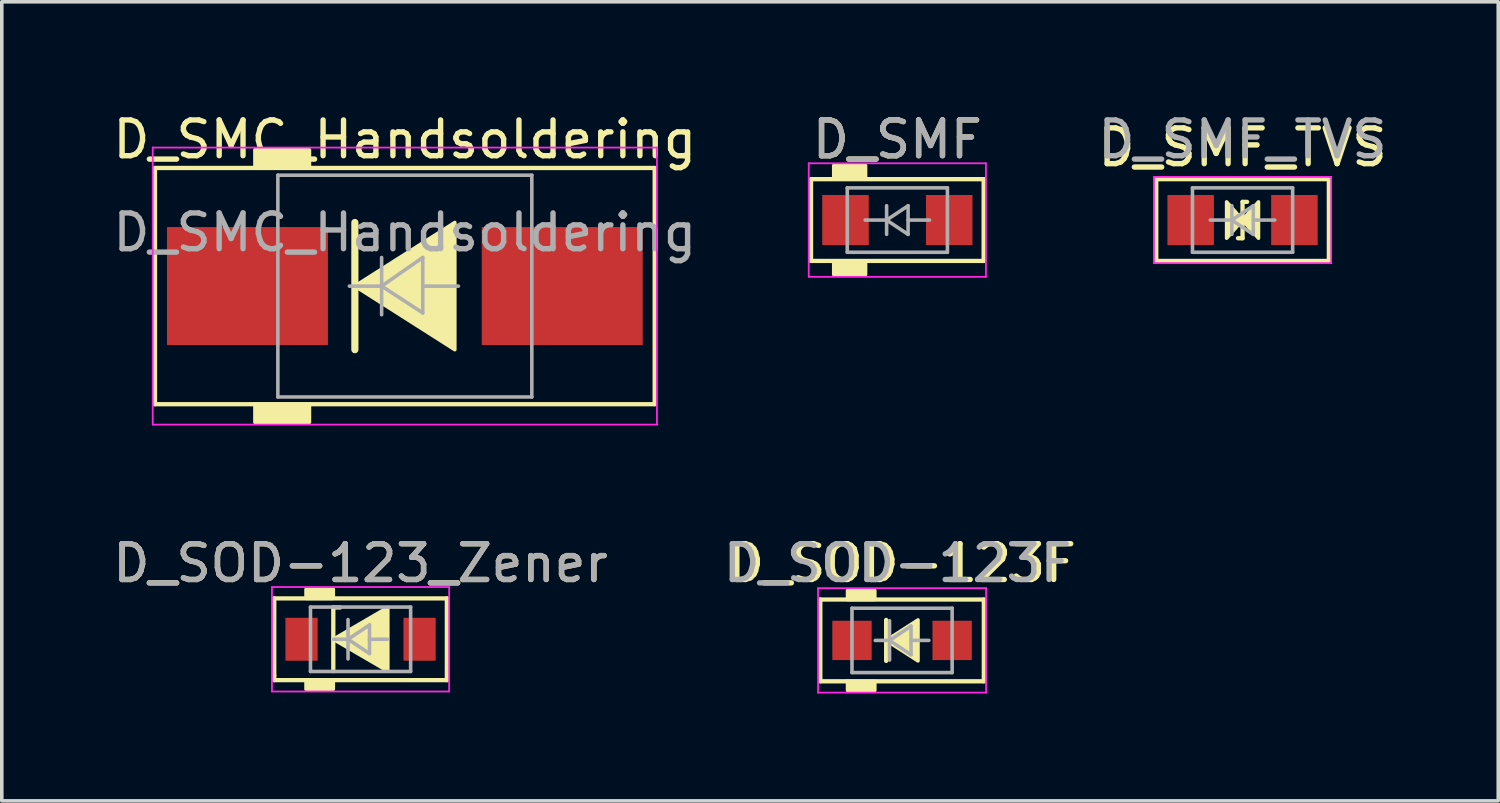
<source format=kicad_pcb>
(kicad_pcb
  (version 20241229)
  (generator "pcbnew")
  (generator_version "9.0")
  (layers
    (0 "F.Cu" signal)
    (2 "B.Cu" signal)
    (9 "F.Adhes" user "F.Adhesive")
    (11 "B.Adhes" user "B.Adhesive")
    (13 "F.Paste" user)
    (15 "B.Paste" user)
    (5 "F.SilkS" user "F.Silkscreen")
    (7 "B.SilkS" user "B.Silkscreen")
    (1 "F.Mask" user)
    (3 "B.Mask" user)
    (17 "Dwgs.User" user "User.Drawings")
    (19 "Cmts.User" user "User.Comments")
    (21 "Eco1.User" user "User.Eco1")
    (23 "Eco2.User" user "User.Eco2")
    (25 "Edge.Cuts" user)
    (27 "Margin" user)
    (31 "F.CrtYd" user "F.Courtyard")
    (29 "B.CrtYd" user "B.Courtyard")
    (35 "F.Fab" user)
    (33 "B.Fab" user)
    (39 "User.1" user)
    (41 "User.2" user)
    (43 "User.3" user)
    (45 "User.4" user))
  (footprint "D_SMF"
    (layer "F.Cu")
    (at 22.037 3.102)
    (property "Reference" "D_SMF" (at 0 -2.254 0) (layer "F.SilkS") (effects (font (size 1 1) (thickness 0.15))))
    (attr smd)
    (fp_line (start -2.413 -1.143) (end -2.413 1.143) (stroke (width 0.12) (type solid)) (layer "F.SilkS"))
    (fp_line (start -2.413 1.143) (end 2.413 1.143) (stroke (width 0.12) (type solid)) (layer "F.SilkS"))
    (fp_line (start 2.413 -1.143) (end -2.413 -1.143) (stroke (width 0.12) (type solid)) (layer "F.SilkS"))
    (fp_line (start 2.413 1.143) (end 2.413 -1.143) (stroke (width 0.12) (type solid)) (layer "F.SilkS"))
    (fp_poly (pts (xy -0.889 -1.143) (xy -1.778 -1.143) (xy -1.778 -1.524) (xy -0.889 -1.524)) (stroke (width 0.1) (type solid)) (fill yes) (layer "F.SilkS"))
    (fp_poly (pts (xy -0.889 1.524) (xy -1.778 1.524) (xy -1.778 1.143) (xy -0.889 1.143)) (stroke (width 0.1) (type solid)) (fill yes) (layer "F.SilkS"))
    (fp_line (start -2.477 -1.587) (end 2.477 -1.587) (stroke (width 0.05) (type solid)) (layer "F.CrtYd"))
    (fp_line (start -2.477 1.587) (end -2.477 -1.587) (stroke (width 0.05) (type solid)) (layer "F.CrtYd"))
    (fp_line (start 2.477 -1.587) (end 2.477 1.587) (stroke (width 0.05) (type solid)) (layer "F.CrtYd"))
    (fp_line (start 2.477 1.587) (end -2.477 1.587) (stroke (width 0.05) (type solid)) (layer "F.CrtYd"))
    (fp_line (start -1.4 0.9) (end -1.4 -0.9) (stroke (width 0.1) (type solid)) (layer "F.Fab"))
    (fp_line (start -0.3 -0.4) (end -0.3 0.4) (stroke (width 0.1) (type solid)) (layer "F.Fab"))
    (fp_line (start -0.3 0) (end -0.9 0) (stroke (width 0.1) (type solid)) (layer "F.Fab"))
    (fp_line (start -0.3 0) (end 0.3 -0.4) (stroke (width 0.1) (type solid)) (layer "F.Fab"))
    (fp_line (start -0.3 0.001) (end 0.3 0.4) (stroke (width 0.1) (type solid)) (layer "F.Fab"))
    (fp_line (start 0.3 0) (end 0.9 0) (stroke (width 0.1) (type solid)) (layer "F.Fab"))
    (fp_line (start 0.3 0.4) (end 0.3 -0.4) (stroke (width 0.1) (type solid)) (layer "F.Fab"))
    (fp_line (start 1.4 -0.9) (end -1.4 -0.9) (stroke (width 0.1) (type solid)) (layer "F.Fab"))
    (fp_line (start 1.4 -0.9) (end 1.4 0.9) (stroke (width 0.1) (type solid)) (layer "F.Fab"))
    (fp_line (start 1.4 0.9) (end -1.4 0.9) (stroke (width 0.1) (type solid)) (layer "F.Fab"))
    (fp_text user "${REFERENCE}" (at 0 -2.254 0) (layer "F.Fab") (effects (font (size 1 1) (thickness 0.15))))
    (pad "1" smd rect (at -1.45 0) (size 1.3 1.4) (layers "F.Cu" "F.Mask" "F.Paste"))
    (pad "2" smd rect (at 1.45 0) (size 1.3 1.4) (layers "F.Cu" "F.Mask" "F.Paste")))
  (footprint "D_SOD-123F"
    (layer "F.Cu")
    (at 22.169 14.854)
    (property "Reference" "D_SOD-123F" (at 0 -2.159 0) (layer "F.SilkS") (effects (font (size 1 1) (thickness 0.15))))
    (attr smd)
    (fp_line (start -2.286 -1.143) (end 2.286 -1.143) (stroke (width 0.12) (type solid)) (layer "F.SilkS"))
    (fp_line (start -2.286 1.143) (end -2.286 -1.143) (stroke (width 0.12) (type solid)) (layer "F.SilkS"))
    (fp_line (start -0.445 -0.572) (end -0.445 0.572) (stroke (width 0.12) (type solid)) (layer "F.SilkS"))
    (fp_line (start 2.286 -1.143) (end 2.286 1.143) (stroke (width 0.12) (type solid)) (layer "F.SilkS"))
    (fp_line (start 2.286 1.143) (end -2.286 1.143) (stroke (width 0.12) (type solid)) (layer "F.SilkS"))
    (fp_poly (pts (xy 0.445 0.572) (xy -0.445 0) (xy 0.445 -0.572)) (stroke (width 0.1) (type solid)) (fill yes) (layer "F.SilkS"))
    (fp_poly (pts (xy -0.762 -1.143) (xy -1.524 -1.143) (xy -1.524 -1.397) (xy -0.762 -1.397)) (stroke (width 0.1) (type solid)) (fill yes) (layer "F.SilkS"))
    (fp_poly (pts (xy -0.762 1.397) (xy -1.524 1.397) (xy -1.524 1.143) (xy -0.762 1.143)) (stroke (width 0.1) (type solid)) (fill yes) (layer "F.SilkS"))
    (fp_line (start -2.349 -1.46) (end -2.349 1.46) (stroke (width 0.05) (type solid)) (layer "F.CrtYd"))
    (fp_line (start -2.349 -1.46) (end 2.349 -1.46) (stroke (width 0.05) (type solid)) (layer "F.CrtYd"))
    (fp_line (start 2.349 -1.46) (end 2.349 1.46) (stroke (width 0.05) (type solid)) (layer "F.CrtYd"))
    (fp_line (start 2.349 1.46) (end -2.349 1.46) (stroke (width 0.05) (type solid)) (layer "F.CrtYd"))
    (fp_line (start -1.4 -0.9) (end 1.4 -0.9) (stroke (width 0.1) (type solid)) (layer "F.Fab"))
    (fp_line (start -1.4 0.9) (end -1.4 -0.9) (stroke (width 0.1) (type solid)) (layer "F.Fab"))
    (fp_line (start -0.75 0) (end -0.35 0) (stroke (width 0.1) (type solid)) (layer "F.Fab"))
    (fp_line (start -0.35 0) (end -0.35 -0.55) (stroke (width 0.1) (type solid)) (layer "F.Fab"))
    (fp_line (start -0.35 0) (end -0.35 0.55) (stroke (width 0.1) (type solid)) (layer "F.Fab"))
    (fp_line (start -0.35 0) (end 0.25 -0.4) (stroke (width 0.1) (type solid)) (layer "F.Fab"))
    (fp_line (start 0.25 -0.4) (end 0.25 0.4) (stroke (width 0.1) (type solid)) (layer "F.Fab"))
    (fp_line (start 0.25 0) (end 0.75 0) (stroke (width 0.1) (type solid)) (layer "F.Fab"))
    (fp_line (start 0.25 0.4) (end -0.35 0) (stroke (width 0.1) (type solid)) (layer "F.Fab"))
    (fp_line (start 1.4 -0.9) (end 1.4 0.9) (stroke (width 0.1) (type solid)) (layer "F.Fab"))
    (fp_line (start 1.4 0.9) (end -1.4 0.9) (stroke (width 0.1) (type solid)) (layer "F.Fab"))
    (fp_text user "${REFERENCE}" (at -0.127 -2.159 0) (layer "F.Fab") (effects (font (size 1 1) (thickness 0.15))))
    (pad "1" smd rect (at -1.4 0) (size 1.1 1.1) (layers "F.Cu" "F.Mask" "F.Paste"))
    (pad "2" smd rect (at 1.4 0) (size 1.1 1.1) (layers "F.Cu" "F.Mask" "F.Paste")))
  (footprint "D_SMC_Handsoldering"
    (layer "F.Cu")
    (at 8.268 4.948)
    (property "Reference" "D_SMC_Handsoldering" (at 0 -4.1 0) (layer "F.SilkS") (effects (font (size 1 1) (thickness 0.15))))
    (attr smd)
    (fp_line (start -6.985 -3.302) (end -6.985 3.302) (stroke (width 0.12) (type solid)) (layer "F.SilkS"))
    (fp_line (start -6.985 3.302) (end 6.985 3.302) (stroke (width 0.12) (type solid)) (layer "F.SilkS"))
    (fp_line (start -1.397 -1.778) (end -1.397 1.778) (stroke (width 0.2) (type solid)) (layer "F.SilkS"))
    (fp_line (start 6.985 -3.302) (end -6.985 -3.302) (stroke (width 0.12) (type solid)) (layer "F.SilkS"))
    (fp_line (start 6.985 3.302) (end 6.985 -3.302) (stroke (width 0.12) (type solid)) (layer "F.SilkS"))
    (fp_poly (pts (xy 1.397 1.778) (xy -1.397 0) (xy 1.397 -1.778)) (stroke (width 0.1) (type solid)) (fill yes) (layer "F.SilkS"))
    (fp_poly (pts (xy -2.667 -3.302) (xy -4.191 -3.302) (xy -4.191 -3.81) (xy -2.667 -3.81)) (stroke (width 0.1) (type solid)) (fill yes) (layer "F.SilkS"))
    (fp_poly (pts (xy -2.667 3.81) (xy -4.191 3.81) (xy -4.191 3.302) (xy -2.667 3.302)) (stroke (width 0.1) (type solid)) (fill yes) (layer "F.SilkS"))
    (fp_line (start -7.048 -3.873) (end 7.048 -3.873) (stroke (width 0.05) (type solid)) (layer "F.CrtYd"))
    (fp_line (start -7.048 3.873) (end -7.048 -3.873) (stroke (width 0.05) (type solid)) (layer "F.CrtYd"))
    (fp_line (start 7.048 -3.873) (end 7.048 3.873) (stroke (width 0.05) (type solid)) (layer "F.CrtYd"))
    (fp_line (start 7.048 3.873) (end -7.048 3.873) (stroke (width 0.05) (type solid)) (layer "F.CrtYd"))
    (fp_line (start -3.55 3.1) (end -3.55 -3.1) (stroke (width 0.1) (type solid)) (layer "F.Fab"))
    (fp_line (start -0.649 -0.799) (end -0.649 0.801) (stroke (width 0.1) (type solid)) (layer "F.Fab"))
    (fp_line (start -0.649 0.001) (end -1.551 0.001) (stroke (width 0.1) (type solid)) (layer "F.Fab"))
    (fp_line (start -0.649 0.001) (end 0.501 -0.799) (stroke (width 0.1) (type solid)) (layer "F.Fab"))
    (fp_line (start -0.649 0.001) (end 0.501 0.75) (stroke (width 0.1) (type solid)) (layer "F.Fab"))
    (fp_line (start 0.501 0.001) (end 1.499 0.001) (stroke (width 0.1) (type solid)) (layer "F.Fab"))
    (fp_line (start 0.501 0.75) (end 0.501 -0.799) (stroke (width 0.1) (type solid)) (layer "F.Fab"))
    (fp_line (start 3.55 -3.1) (end -3.55 -3.1) (stroke (width 0.1) (type solid)) (layer "F.Fab"))
    (fp_line (start 3.55 -3.1) (end 3.55 3.1) (stroke (width 0.1) (type solid)) (layer "F.Fab"))
    (fp_line (start 3.55 3.1) (end -3.55 3.1) (stroke (width 0.1) (type solid)) (layer "F.Fab"))
    (fp_text user "${REFERENCE}" (at 0 -1.5 0) (layer "F.Fab") (effects (font (size 1 1) (thickness 0.15))))
    (pad "1" smd rect (at -4.4 0 90) (size 3.3 4.5) (layers "F.Cu" "F.Mask" "F.Paste"))
    (pad "2" smd rect (at 4.4 0 90) (size 3.3 4.5) (layers "F.Cu" "F.Mask" "F.Paste")))
  (footprint "D_SOD-123_Zener"
    (layer "F.Cu")
    (at 7.03 14.822)
    (property "Reference" "D_SOD-123_Zener" (at 0 -2.127 0) (layer "F.SilkS") (effects (font (size 1 1) (thickness 0.15))))
    (attr smd)
    (fp_line (start -2.413 -1.143) (end -2.413 1.016) (stroke (width 0.12) (type solid)) (layer "F.SilkS"))
    (fp_line (start -2.413 1.016) (end -2.413 1.143) (stroke (width 0.12) (type solid)) (layer "F.SilkS"))
    (fp_line (start -2.413 1.143) (end 2.413 1.143) (stroke (width 0.12) (type solid)) (layer "F.SilkS"))
    (fp_line (start -0.762 -0.889) (end -0.762 0.889) (stroke (width 0.12) (type solid)) (layer "F.SilkS"))
    (fp_line (start -0.762 -0.889) (end -0.572 -0.889) (stroke (width 0.12) (type solid)) (layer "F.SilkS"))
    (fp_line (start 2.413 -1.143) (end -2.413 -1.143) (stroke (width 0.12) (type solid)) (layer "F.SilkS"))
    (fp_line (start 2.413 1.143) (end 2.413 -1.143) (stroke (width 0.12) (type solid)) (layer "F.SilkS"))
    (fp_poly (pts (xy 0.762 0.889) (xy -0.762 0) (xy 0.762 -0.889)) (stroke (width 0.1) (type solid)) (fill yes) (layer "F.SilkS"))
    (fp_poly (pts (xy -0.762 -1.143) (xy -1.524 -1.143) (xy -1.524 -1.397) (xy -0.762 -1.397)) (stroke (width 0.1) (type solid)) (fill yes) (layer "F.SilkS"))
    (fp_poly (pts (xy -0.762 1.397) (xy -1.524 1.397) (xy -1.524 1.143) (xy -0.762 1.143)) (stroke (width 0.1) (type solid)) (fill yes) (layer "F.SilkS"))
    (fp_line (start -2.477 -1.46) (end -2.477 1.46) (stroke (width 0.05) (type solid)) (layer "F.CrtYd"))
    (fp_line (start -2.477 -1.46) (end 2.477 -1.46) (stroke (width 0.05) (type solid)) (layer "F.CrtYd"))
    (fp_line (start 2.477 -1.46) (end 2.477 1.46) (stroke (width 0.05) (type solid)) (layer "F.CrtYd"))
    (fp_line (start 2.477 1.46) (end -2.477 1.46) (stroke (width 0.05) (type solid)) (layer "F.CrtYd"))
    (fp_line (start -1.4 -0.9) (end 1.4 -0.9) (stroke (width 0.1) (type solid)) (layer "F.Fab"))
    (fp_line (start -1.4 0.9) (end -1.4 -0.9) (stroke (width 0.1) (type solid)) (layer "F.Fab"))
    (fp_line (start -0.75 0) (end -0.35 0) (stroke (width 0.1) (type solid)) (layer "F.Fab"))
    (fp_line (start -0.35 0) (end -0.35 -0.55) (stroke (width 0.1) (type solid)) (layer "F.Fab"))
    (fp_line (start -0.35 0) (end -0.35 0.55) (stroke (width 0.1) (type solid)) (layer "F.Fab"))
    (fp_line (start -0.35 0) (end 0.25 -0.4) (stroke (width 0.1) (type solid)) (layer "F.Fab"))
    (fp_line (start 0.25 -0.4) (end 0.25 0.4) (stroke (width 0.1) (type solid)) (layer "F.Fab"))
    (fp_line (start 0.25 0) (end 0.75 0) (stroke (width 0.1) (type solid)) (layer "F.Fab"))
    (fp_line (start 0.25 0.4) (end -0.35 0) (stroke (width 0.1) (type solid)) (layer "F.Fab"))
    (fp_line (start 1.4 -0.9) (end 1.4 0.9) (stroke (width 0.1) (type solid)) (layer "F.Fab"))
    (fp_line (start 1.4 0.9) (end -1.4 0.9) (stroke (width 0.1) (type solid)) (layer "F.Fab"))
    (fp_text user "${REFERENCE}" (at 0 -2.127 0) (layer "F.Fab") (effects (font (size 1 1) (thickness 0.15))))
    (pad "1" smd rect (at -1.65 0) (size 0.9 1.2) (layers "F.Cu" "F.Mask" "F.Paste"))
    (pad "2" smd rect (at 1.65 0) (size 0.9 1.2) (layers "F.Cu" "F.Mask" "F.Paste")))
  (footprint "D_SMF_TVS"
    (layer "F.Cu")
    (at 31.688 3.102)
    (property "Reference" "D_SMF_TVS" (at 0 -2.032 0) (layer "F.SilkS") (effects (font (size 1 1) (thickness 0.15))))
    (attr smd)
    (fp_line (start -2.413 -1.143) (end -2.413 1.143) (stroke (width 0.12) (type solid)) (layer "F.SilkS"))
    (fp_line (start -2.413 1.143) (end 2.413 1.143) (stroke (width 0.12) (type solid)) (layer "F.SilkS"))
    (fp_line (start -0.127 0.508) (end 0 0.508) (stroke (width 0.12) (type solid)) (layer "F.SilkS"))
    (fp_line (start 0 -0.508) (end 0 0.508) (stroke (width 0.12) (type solid)) (layer "F.SilkS"))
    (fp_line (start 0 -0.508) (end 0.127 -0.508) (stroke (width 0.12) (type solid)) (layer "F.SilkS"))
    (fp_line (start 2.413 -1.143) (end -2.413 -1.143) (stroke (width 0.12) (type solid)) (layer "F.SilkS"))
    (fp_line (start 2.413 1.143) (end 2.413 -1.143) (stroke (width 0.12) (type solid)) (layer "F.SilkS"))
    (fp_poly (pts (xy 0 0) (xy -0.445 0.508) (xy -0.445 -0.508)) (stroke (width 0.1) (type solid)) (fill yes) (layer "F.SilkS"))
    (fp_poly (pts (xy 0 0) (xy 0.445 -0.508) (xy 0.445 0.508)) (stroke (width 0.1) (type solid)) (fill yes) (layer "F.SilkS"))
    (fp_line (start -2.477 -1.206) (end 2.477 -1.206) (stroke (width 0.05) (type solid)) (layer "F.CrtYd"))
    (fp_line (start -2.477 1.206) (end -2.477 -1.206) (stroke (width 0.05) (type solid)) (layer "F.CrtYd"))
    (fp_line (start 2.477 -1.206) (end 2.477 1.206) (stroke (width 0.05) (type solid)) (layer "F.CrtYd"))
    (fp_line (start 2.477 1.206) (end -2.477 1.206) (stroke (width 0.05) (type solid)) (layer "F.CrtYd"))
    (fp_line (start -1.4 0.9) (end -1.4 -0.9) (stroke (width 0.1) (type solid)) (layer "F.Fab"))
    (fp_line (start -0.3 -0.4) (end -0.3 0.4) (stroke (width 0.1) (type solid)) (layer "F.Fab"))
    (fp_line (start -0.3 0) (end -0.9 0) (stroke (width 0.1) (type solid)) (layer "F.Fab"))
    (fp_line (start -0.3 0) (end 0.3 -0.4) (stroke (width 0.1) (type solid)) (layer "F.Fab"))
    (fp_line (start -0.3 0.001) (end 0.3 0.4) (stroke (width 0.1) (type solid)) (layer "F.Fab"))
    (fp_line (start 0.3 0) (end 0.9 0) (stroke (width 0.1) (type solid)) (layer "F.Fab"))
    (fp_line (start 0.3 0.4) (end 0.3 -0.4) (stroke (width 0.1) (type solid)) (layer "F.Fab"))
    (fp_line (start 1.4 -0.9) (end -1.4 -0.9) (stroke (width 0.1) (type solid)) (layer "F.Fab"))
    (fp_line (start 1.4 -0.9) (end 1.4 0.9) (stroke (width 0.1) (type solid)) (layer "F.Fab"))
    (fp_line (start 1.4 0.9) (end -1.4 0.9) (stroke (width 0.1) (type solid)) (layer "F.Fab"))
    (fp_text user "${REFERENCE}" (at 0 -2.254 0) (layer "F.Fab") (effects (font (size 1 1) (thickness 0.15))))
    (pad "1" smd rect (at -1.45 0) (size 1.3 1.4) (layers "F.Cu" "F.Mask" "F.Paste"))
    (pad "2" smd rect (at 1.45 0) (size 1.3 1.4) (layers "F.Cu" "F.Mask" "F.Paste")))
  (gr_rect
    (start -3 -3)
    (end 38.836 19.34)
    (stroke (width 0.1) (type default))
    (fill no)
    (layer "Edge.Cuts")))
</source>
